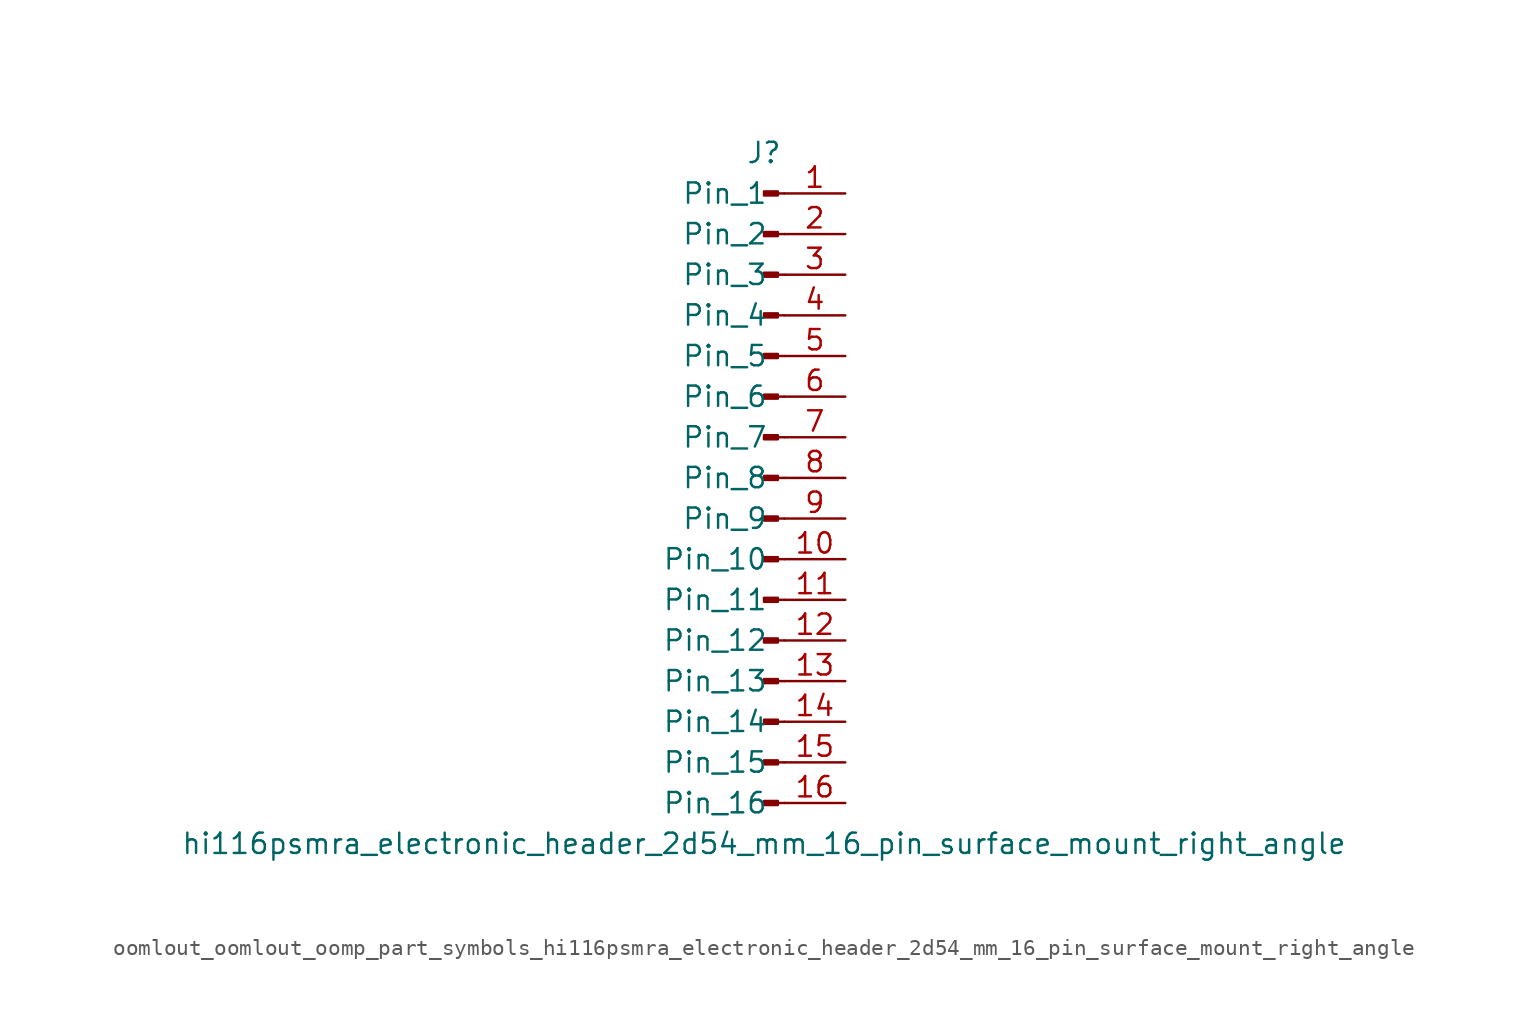
<source format=kicad_sym>
(kicad_symbol_lib
  (version 20220914)
  (generator kicad_symbol_editor)
  (symbol "oomlout_oomlout_oomp_part_symbols_hi116psmra_electronic_header_2d54_mm_16_pin_surface_mount_right_angle"
    (pin_names
      (offset 1.016))
    (property "Reference" "J"
      (at 0 20.32 0)
      (effects (font (size 1.27 1.27))))
    (property "Value" "hi116psmra_electronic_header_2d54_mm_16_pin_surface_mount_right_angle"
      (at 0 -22.86 0)
      (effects (font (size 1.27 1.27))))
    (property "ki_locked" ""
      (at 0 0 0)
      (effects (font (size 1.27 1.27))))
    (symbol "oomlout_oomlout_oomp_part_symbols_hi116psmra_electronic_header_2d54_mm_16_pin_surface_mount_right_angle_1_1"
      (polyline (pts (xy 1.27 -20.32) (xy 0.864 -20.32)) (stroke (width 0.152) (type default)) (fill (type none)))
      (polyline (pts (xy 1.27 -17.78) (xy 0.864 -17.78)) (stroke (width 0.152) (type default)) (fill (type none)))
      (polyline (pts (xy 1.27 -15.24) (xy 0.864 -15.24)) (stroke (width 0.152) (type default)) (fill (type none)))
      (polyline (pts (xy 1.27 -12.7) (xy 0.864 -12.7)) (stroke (width 0.152) (type default)) (fill (type none)))
      (polyline (pts (xy 1.27 -10.16) (xy 0.864 -10.16)) (stroke (width 0.152) (type default)) (fill (type none)))
      (polyline (pts (xy 1.27 -7.62) (xy 0.864 -7.62)) (stroke (width 0.152) (type default)) (fill (type none)))
      (polyline (pts (xy 1.27 -5.08) (xy 0.864 -5.08)) (stroke (width 0.152) (type default)) (fill (type none)))
      (polyline (pts (xy 1.27 -2.54) (xy 0.864 -2.54)) (stroke (width 0.152) (type default)) (fill (type none)))
      (polyline (pts (xy 1.27 0) (xy 0.864 0)) (stroke (width 0.152) (type default)) (fill (type none)))
      (polyline (pts (xy 1.27 2.54) (xy 0.864 2.54)) (stroke (width 0.152) (type default)) (fill (type none)))
      (polyline (pts (xy 1.27 5.08) (xy 0.864 5.08)) (stroke (width 0.152) (type default)) (fill (type none)))
      (polyline (pts (xy 1.27 7.62) (xy 0.864 7.62)) (stroke (width 0.152) (type default)) (fill (type none)))
      (polyline (pts (xy 1.27 10.16) (xy 0.864 10.16)) (stroke (width 0.152) (type default)) (fill (type none)))
      (polyline (pts (xy 1.27 12.7) (xy 0.864 12.7)) (stroke (width 0.152) (type default)) (fill (type none)))
      (polyline (pts (xy 1.27 15.24) (xy 0.864 15.24)) (stroke (width 0.152) (type default)) (fill (type none)))
      (polyline (pts (xy 1.27 17.78) (xy 0.864 17.78)) (stroke (width 0.152) (type default)) (fill (type none)))
      (rectangle (start 0.864 -20.193) (end 0 -20.447) (stroke (width 0.152) (type default)) (fill (type outline)))
      (rectangle (start 0.864 -17.653) (end 0 -17.907) (stroke (width 0.152) (type default)) (fill (type outline)))
      (rectangle (start 0.864 -15.113) (end 0 -15.367) (stroke (width 0.152) (type default)) (fill (type outline)))
      (rectangle (start 0.864 -12.573) (end 0 -12.827) (stroke (width 0.152) (type default)) (fill (type outline)))
      (rectangle (start 0.864 -10.033) (end 0 -10.287) (stroke (width 0.152) (type default)) (fill (type outline)))
      (rectangle (start 0.864 -7.493) (end 0 -7.747) (stroke (width 0.152) (type default)) (fill (type outline)))
      (rectangle (start 0.864 -4.953) (end 0 -5.207) (stroke (width 0.152) (type default)) (fill (type outline)))
      (rectangle (start 0.864 -2.413) (end 0 -2.667) (stroke (width 0.152) (type default)) (fill (type outline)))
      (rectangle (start 0.864 0.127) (end 0 -0.127) (stroke (width 0.152) (type default)) (fill (type outline)))
      (rectangle (start 0.864 2.667) (end 0 2.413) (stroke (width 0.152) (type default)) (fill (type outline)))
      (rectangle (start 0.864 5.207) (end 0 4.953) (stroke (width 0.152) (type default)) (fill (type outline)))
      (rectangle (start 0.864 7.747) (end 0 7.493) (stroke (width 0.152) (type default)) (fill (type outline)))
      (rectangle (start 0.864 10.287) (end 0 10.033) (stroke (width 0.152) (type default)) (fill (type outline)))
      (rectangle (start 0.864 12.827) (end 0 12.573) (stroke (width 0.152) (type default)) (fill (type outline)))
      (rectangle (start 0.864 15.367) (end 0 15.113) (stroke (width 0.152) (type default)) (fill (type outline)))
      (rectangle (start 0.864 17.907) (end 0 17.653) (stroke (width 0.152) (type default)) (fill (type outline)))
      (pin passive line (at 5.08 17.78 180) (length 3.81) (name "Pin_1" (effects (font (size 1.27 1.27)))) (number "1" (effects (font (size 1.27 1.27)))))
      (pin passive line (at 5.08 -5.08 180) (length 3.81) (name "Pin_10" (effects (font (size 1.27 1.27)))) (number "10" (effects (font (size 1.27 1.27)))))
      (pin passive line (at 5.08 -7.62 180) (length 3.81) (name "Pin_11" (effects (font (size 1.27 1.27)))) (number "11" (effects (font (size 1.27 1.27)))))
      (pin passive line (at 5.08 -10.16 180) (length 3.81) (name "Pin_12" (effects (font (size 1.27 1.27)))) (number "12" (effects (font (size 1.27 1.27)))))
      (pin passive line (at 5.08 -12.7 180) (length 3.81) (name "Pin_13" (effects (font (size 1.27 1.27)))) (number "13" (effects (font (size 1.27 1.27)))))
      (pin passive line (at 5.08 -15.24 180) (length 3.81) (name "Pin_14" (effects (font (size 1.27 1.27)))) (number "14" (effects (font (size 1.27 1.27)))))
      (pin passive line (at 5.08 -17.78 180) (length 3.81) (name "Pin_15" (effects (font (size 1.27 1.27)))) (number "15" (effects (font (size 1.27 1.27)))))
      (pin passive line (at 5.08 -20.32 180) (length 3.81) (name "Pin_16" (effects (font (size 1.27 1.27)))) (number "16" (effects (font (size 1.27 1.27)))))
      (pin passive line (at 5.08 15.24 180) (length 3.81) (name "Pin_2" (effects (font (size 1.27 1.27)))) (number "2" (effects (font (size 1.27 1.27)))))
      (pin passive line (at 5.08 12.7 180) (length 3.81) (name "Pin_3" (effects (font (size 1.27 1.27)))) (number "3" (effects (font (size 1.27 1.27)))))
      (pin passive line (at 5.08 10.16 180) (length 3.81) (name "Pin_4" (effects (font (size 1.27 1.27)))) (number "4" (effects (font (size 1.27 1.27)))))
      (pin passive line (at 5.08 7.62 180) (length 3.81) (name "Pin_5" (effects (font (size 1.27 1.27)))) (number "5" (effects (font (size 1.27 1.27)))))
      (pin passive line (at 5.08 5.08 180) (length 3.81) (name "Pin_6" (effects (font (size 1.27 1.27)))) (number "6" (effects (font (size 1.27 1.27)))))
      (pin passive line (at 5.08 2.54 180) (length 3.81) (name "Pin_7" (effects (font (size 1.27 1.27)))) (number "7" (effects (font (size 1.27 1.27)))))
      (pin passive line (at 5.08 0 180) (length 3.81) (name "Pin_8" (effects (font (size 1.27 1.27)))) (number "8" (effects (font (size 1.27 1.27)))))
      (pin passive line (at 5.08 -2.54 180) (length 3.81) (name "Pin_9" (effects (font (size 1.27 1.27)))) (number "9" (effects (font (size 1.27 1.27))))))))
</source>
